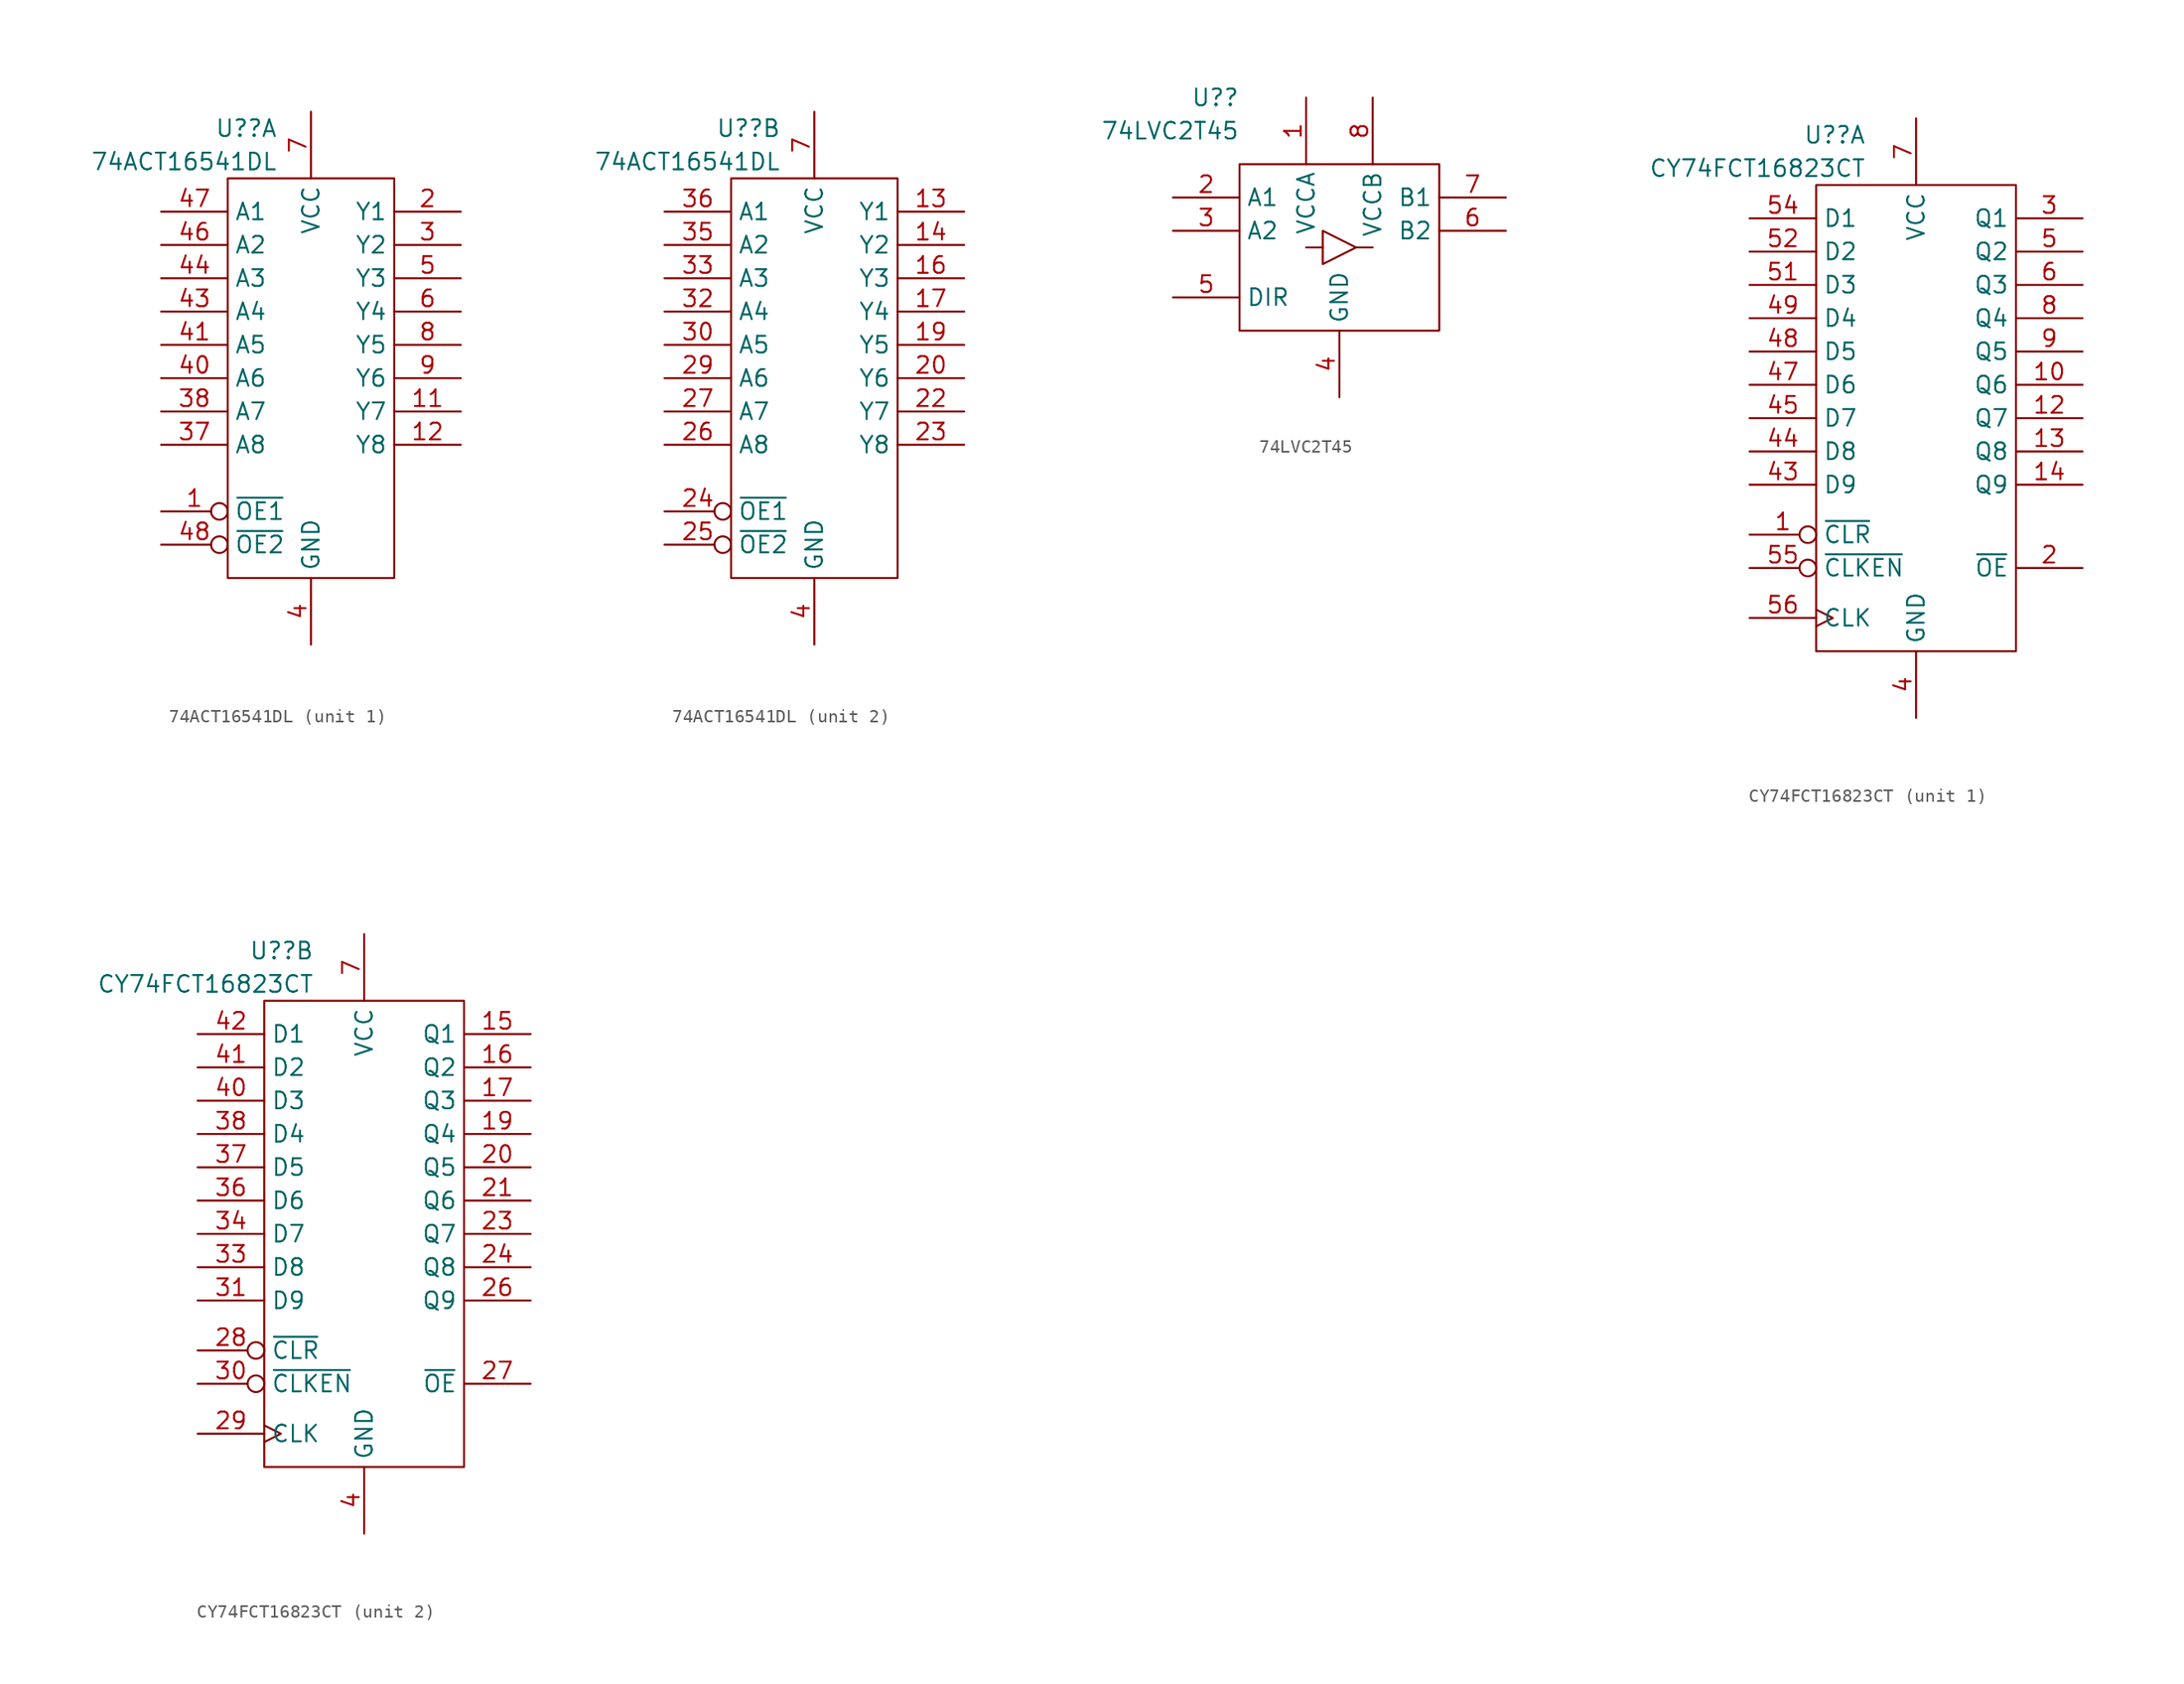
<source format=kicad_sym>
(kicad_symbol_lib
  (version 20211014)
  (generator kicad_symbol_editor)
  (symbol "74ACT16541DL"
    (property "Reference" "U?"
      (at -2.54 19.05 0)
      (effects (font (size 1.27 1.27)) (justify right)))
    (property "Value" "74ACT16541DL"
      (at -2.54 16.51 0)
      (effects (font (size 1.27 1.27)) (justify right)))
    (symbol "74ACT16541DL_0_1"
      (rectangle (start -6.35 15.24) (end 6.35 -15.24) (stroke (width 0) (type default) (color 0 0 0 0)) (fill (type none)))
      (pin power_in line (at 0 -20.32 90) (length 5.08) hide (name "GND" (effects (font (size 1.27 1.27)))) (number "10" (effects (font (size 1.27 1.27)))))
      (pin power_in line (at 0 -20.32 90) (length 5.08) hide (name "GND" (effects (font (size 1.27 1.27)))) (number "15" (effects (font (size 1.27 1.27)))))
      (pin power_in line (at 0 20.32 270) (length 5.08) hide (name "VCC" (effects (font (size 1.27 1.27)))) (number "18" (effects (font (size 1.27 1.27)))))
      (pin power_in line (at 0 -20.32 90) (length 5.08) hide (name "GND" (effects (font (size 1.27 1.27)))) (number "21" (effects (font (size 1.27 1.27)))))
      (pin power_in line (at 0 -20.32 90) (length 5.08) hide (name "GND" (effects (font (size 1.27 1.27)))) (number "28" (effects (font (size 1.27 1.27)))))
      (pin power_in line (at 0 20.32 270) (length 5.08) hide (name "VCC" (effects (font (size 1.27 1.27)))) (number "31" (effects (font (size 1.27 1.27)))))
      (pin power_in line (at 0 -20.32 90) (length 5.08) hide (name "GND" (effects (font (size 1.27 1.27)))) (number "34" (effects (font (size 1.27 1.27)))))
      (pin power_in line (at 0 -20.32 90) (length 5.08) hide (name "GND" (effects (font (size 1.27 1.27)))) (number "39" (effects (font (size 1.27 1.27)))))
      (pin power_in line (at 0 -20.32 90) (length 5.08) (name "GND" (effects (font (size 1.27 1.27)))) (number "4" (effects (font (size 1.27 1.27)))))
      (pin power_in line (at 0 20.32 270) (length 5.08) hide (name "VCC" (effects (font (size 1.27 1.27)))) (number "42" (effects (font (size 1.27 1.27)))))
      (pin power_in line (at 0 -20.32 90) (length 5.08) hide (name "GND" (effects (font (size 1.27 1.27)))) (number "45" (effects (font (size 1.27 1.27)))))
      (pin power_in line (at 0 20.32 270) (length 5.08) (name "VCC" (effects (font (size 1.27 1.27)))) (number "7" (effects (font (size 1.27 1.27))))))
    (symbol "74ACT16541DL_1_1"
      (pin input inverted (at -11.43 -10.16 0) (length 5.08) (name "~{OE1}" (effects (font (size 1.27 1.27)))) (number "1" (effects (font (size 1.27 1.27)))))
      (pin output line (at 11.43 -2.54 180) (length 5.08) (name "Y7" (effects (font (size 1.27 1.27)))) (number "11" (effects (font (size 1.27 1.27)))))
      (pin output line (at 11.43 -5.08 180) (length 5.08) (name "Y8" (effects (font (size 1.27 1.27)))) (number "12" (effects (font (size 1.27 1.27)))))
      (pin output line (at 11.43 12.7 180) (length 5.08) (name "Y1" (effects (font (size 1.27 1.27)))) (number "2" (effects (font (size 1.27 1.27)))))
      (pin output line (at 11.43 10.16 180) (length 5.08) (name "Y2" (effects (font (size 1.27 1.27)))) (number "3" (effects (font (size 1.27 1.27)))))
      (pin input line (at -11.43 -5.08 0) (length 5.08) (name "A8" (effects (font (size 1.27 1.27)))) (number "37" (effects (font (size 1.27 1.27)))))
      (pin input line (at -11.43 -2.54 0) (length 5.08) (name "A7" (effects (font (size 1.27 1.27)))) (number "38" (effects (font (size 1.27 1.27)))))
      (pin input line (at -11.43 0 0) (length 5.08) (name "A6" (effects (font (size 1.27 1.27)))) (number "40" (effects (font (size 1.27 1.27)))))
      (pin input line (at -11.43 2.54 0) (length 5.08) (name "A5" (effects (font (size 1.27 1.27)))) (number "41" (effects (font (size 1.27 1.27)))))
      (pin input line (at -11.43 5.08 0) (length 5.08) (name "A4" (effects (font (size 1.27 1.27)))) (number "43" (effects (font (size 1.27 1.27)))))
      (pin input line (at -11.43 7.62 0) (length 5.08) (name "A3" (effects (font (size 1.27 1.27)))) (number "44" (effects (font (size 1.27 1.27)))))
      (pin input line (at -11.43 10.16 0) (length 5.08) (name "A2" (effects (font (size 1.27 1.27)))) (number "46" (effects (font (size 1.27 1.27)))))
      (pin input line (at -11.43 12.7 0) (length 5.08) (name "A1" (effects (font (size 1.27 1.27)))) (number "47" (effects (font (size 1.27 1.27)))))
      (pin input inverted (at -11.43 -12.7 0) (length 5.08) (name "~{OE2}" (effects (font (size 1.27 1.27)))) (number "48" (effects (font (size 1.27 1.27)))))
      (pin output line (at 11.43 7.62 180) (length 5.08) (name "Y3" (effects (font (size 1.27 1.27)))) (number "5" (effects (font (size 1.27 1.27)))))
      (pin output line (at 11.43 5.08 180) (length 5.08) (name "Y4" (effects (font (size 1.27 1.27)))) (number "6" (effects (font (size 1.27 1.27)))))
      (pin output line (at 11.43 2.54 180) (length 5.08) (name "Y5" (effects (font (size 1.27 1.27)))) (number "8" (effects (font (size 1.27 1.27)))))
      (pin output line (at 11.43 0 180) (length 5.08) (name "Y6" (effects (font (size 1.27 1.27)))) (number "9" (effects (font (size 1.27 1.27))))))
    (symbol "74ACT16541DL_2_1"
      (pin output line (at 11.43 12.7 180) (length 5.08) (name "Y1" (effects (font (size 1.27 1.27)))) (number "13" (effects (font (size 1.27 1.27)))))
      (pin output line (at 11.43 10.16 180) (length 5.08) (name "Y2" (effects (font (size 1.27 1.27)))) (number "14" (effects (font (size 1.27 1.27)))))
      (pin output line (at 11.43 7.62 180) (length 5.08) (name "Y3" (effects (font (size 1.27 1.27)))) (number "16" (effects (font (size 1.27 1.27)))))
      (pin output line (at 11.43 5.08 180) (length 5.08) (name "Y4" (effects (font (size 1.27 1.27)))) (number "17" (effects (font (size 1.27 1.27)))))
      (pin output line (at 11.43 2.54 180) (length 5.08) (name "Y5" (effects (font (size 1.27 1.27)))) (number "19" (effects (font (size 1.27 1.27)))))
      (pin output line (at 11.43 0 180) (length 5.08) (name "Y6" (effects (font (size 1.27 1.27)))) (number "20" (effects (font (size 1.27 1.27)))))
      (pin output line (at 11.43 -2.54 180) (length 5.08) (name "Y7" (effects (font (size 1.27 1.27)))) (number "22" (effects (font (size 1.27 1.27)))))
      (pin output line (at 11.43 -5.08 180) (length 5.08) (name "Y8" (effects (font (size 1.27 1.27)))) (number "23" (effects (font (size 1.27 1.27)))))
      (pin input inverted (at -11.43 -10.16 0) (length 5.08) (name "~{OE1}" (effects (font (size 1.27 1.27)))) (number "24" (effects (font (size 1.27 1.27)))))
      (pin input inverted (at -11.43 -12.7 0) (length 5.08) (name "~{OE2}" (effects (font (size 1.27 1.27)))) (number "25" (effects (font (size 1.27 1.27)))))
      (pin input line (at -11.43 -5.08 0) (length 5.08) (name "A8" (effects (font (size 1.27 1.27)))) (number "26" (effects (font (size 1.27 1.27)))))
      (pin input line (at -11.43 -2.54 0) (length 5.08) (name "A7" (effects (font (size 1.27 1.27)))) (number "27" (effects (font (size 1.27 1.27)))))
      (pin input line (at -11.43 0 0) (length 5.08) (name "A6" (effects (font (size 1.27 1.27)))) (number "29" (effects (font (size 1.27 1.27)))))
      (pin input line (at -11.43 2.54 0) (length 5.08) (name "A5" (effects (font (size 1.27 1.27)))) (number "30" (effects (font (size 1.27 1.27)))))
      (pin input line (at -11.43 5.08 0) (length 5.08) (name "A4" (effects (font (size 1.27 1.27)))) (number "32" (effects (font (size 1.27 1.27)))))
      (pin input line (at -11.43 7.62 0) (length 5.08) (name "A3" (effects (font (size 1.27 1.27)))) (number "33" (effects (font (size 1.27 1.27)))))
      (pin input line (at -11.43 10.16 0) (length 5.08) (name "A2" (effects (font (size 1.27 1.27)))) (number "35" (effects (font (size 1.27 1.27)))))
      (pin input line (at -11.43 12.7 0) (length 5.08) (name "A1" (effects (font (size 1.27 1.27)))) (number "36" (effects (font (size 1.27 1.27)))))))
  (symbol "74LVC2T45"
    (property "Reference" "U?"
      (at -7.62 11.43 0)
      (effects (font (size 1.27 1.27)) (justify right)))
    (property "Value" "74LVC2T45"
      (at -7.62 8.89 0)
      (effects (font (size 1.27 1.27)) (justify right)))
    (symbol "74LVC2T45_0_1"
      (rectangle (start -7.62 6.35) (end 7.62 -6.35) (stroke (width 0) (type default) (color 0 0 0 0)) (fill (type none)))
      (polyline (pts (xy -1.27 0) (xy -2.54 0)) (stroke (width 0) (type default) (color 0 0 0 0)) (fill (type none)))
      (polyline (pts (xy 1.27 0) (xy 2.54 0)) (stroke (width 0) (type default) (color 0 0 0 0)) (fill (type none)))
      (polyline (pts (xy -1.27 -1.27) (xy -1.27 1.27) (xy 1.27 0) (xy -1.27 -1.27)) (stroke (width 0) (type default) (color 0 0 0 0)) (fill (type none)))
      (pin power_in line (at -2.54 11.43 270) (length 5.08) (name "VCCA" (effects (font (size 1.27 1.27)))) (number "1" (effects (font (size 1.27 1.27)))))
      (pin power_in line (at 0 -11.43 90) (length 5.08) (name "GND" (effects (font (size 1.27 1.27)))) (number "4" (effects (font (size 1.27 1.27)))))
      (pin input line (at -12.7 -3.81 0) (length 5.08) (name "DIR" (effects (font (size 1.27 1.27)))) (number "5" (effects (font (size 1.27 1.27)))))
      (pin power_in line (at 2.54 11.43 270) (length 5.08) (name "VCCB" (effects (font (size 1.27 1.27)))) (number "8" (effects (font (size 1.27 1.27))))))
    (symbol "74LVC2T45_1_1"
      (pin bidirectional line (at -12.7 3.81 0) (length 5.08) (name "A1" (effects (font (size 1.27 1.27)))) (number "2" (effects (font (size 1.27 1.27)))))
      (pin bidirectional line (at -12.7 1.27 0) (length 5.08) (name "A2" (effects (font (size 1.27 1.27)))) (number "3" (effects (font (size 1.27 1.27)))))
      (pin bidirectional line (at 12.7 1.27 180) (length 5.08) (name "B2" (effects (font (size 1.27 1.27)))) (number "6" (effects (font (size 1.27 1.27)))))
      (pin bidirectional line (at 12.7 3.81 180) (length 5.08) (name "B1" (effects (font (size 1.27 1.27)))) (number "7" (effects (font (size 1.27 1.27)))))))
  (symbol "CY74FCT16823CT"
    (property "Reference" "U?"
      (at -3.81 21.59 0)
      (effects (font (size 1.27 1.27)) (justify right)))
    (property "Value" "CY74FCT16823CT"
      (at -3.81 19.05 0)
      (effects (font (size 1.27 1.27)) (justify right)))
    (symbol "CY74FCT16823CT_0_1"
      (rectangle (start -7.62 17.78) (end 7.62 -17.78) (stroke (width 0) (type default) (color 0 0 0 0)) (fill (type none)))
      (pin power_in line (at 0 -22.86 90) (length 5.08) hide (name "GND" (effects (font (size 1.27 1.27)))) (number "11" (effects (font (size 1.27 1.27)))))
      (pin power_in line (at 0 -22.86 90) (length 5.08) hide (name "GND" (effects (font (size 1.27 1.27)))) (number "18" (effects (font (size 1.27 1.27)))))
      (pin power_in line (at 0 22.86 270) (length 5.08) hide (name "VCC" (effects (font (size 1.27 1.27)))) (number "22" (effects (font (size 1.27 1.27)))))
      (pin power_in line (at 0 -22.86 90) (length 5.08) hide (name "GND" (effects (font (size 1.27 1.27)))) (number "25" (effects (font (size 1.27 1.27)))))
      (pin power_in line (at 0 -22.86 90) (length 5.08) hide (name "GND" (effects (font (size 1.27 1.27)))) (number "32" (effects (font (size 1.27 1.27)))))
      (pin power_in line (at 0 22.86 270) (length 5.08) hide (name "VCC" (effects (font (size 1.27 1.27)))) (number "35" (effects (font (size 1.27 1.27)))))
      (pin power_in line (at 0 -22.86 90) (length 5.08) hide (name "GND" (effects (font (size 1.27 1.27)))) (number "39" (effects (font (size 1.27 1.27)))))
      (pin power_in line (at 0 -22.86 90) (length 5.08) (name "GND" (effects (font (size 1.27 1.27)))) (number "4" (effects (font (size 1.27 1.27)))))
      (pin power_in line (at 0 -22.86 90) (length 5.08) hide (name "GND" (effects (font (size 1.27 1.27)))) (number "46" (effects (font (size 1.27 1.27)))))
      (pin power_in line (at 0 22.86 270) (length 5.08) hide (name "VCC" (effects (font (size 1.27 1.27)))) (number "50" (effects (font (size 1.27 1.27)))))
      (pin power_in line (at 0 -22.86 90) (length 5.08) hide (name "GND" (effects (font (size 1.27 1.27)))) (number "53" (effects (font (size 1.27 1.27)))))
      (pin power_in line (at 0 22.86 270) (length 5.08) (name "VCC" (effects (font (size 1.27 1.27)))) (number "7" (effects (font (size 1.27 1.27))))))
    (symbol "CY74FCT16823CT_1_1"
      (pin input inverted (at -12.7 -8.89 0) (length 5.08) (name "~{CLR}" (effects (font (size 1.27 1.27)))) (number "1" (effects (font (size 1.27 1.27)))))
      (pin output line (at 12.7 2.54 180) (length 5.08) (name "Q6" (effects (font (size 1.27 1.27)))) (number "10" (effects (font (size 1.27 1.27)))))
      (pin output line (at 12.7 0 180) (length 5.08) (name "Q7" (effects (font (size 1.27 1.27)))) (number "12" (effects (font (size 1.27 1.27)))))
      (pin output line (at 12.7 -2.54 180) (length 5.08) (name "Q8" (effects (font (size 1.27 1.27)))) (number "13" (effects (font (size 1.27 1.27)))))
      (pin output line (at 12.7 -5.08 180) (length 5.08) (name "Q9" (effects (font (size 1.27 1.27)))) (number "14" (effects (font (size 1.27 1.27)))))
      (pin input line (at 12.7 -11.43 180) (length 5.08) (name "~{OE}" (effects (font (size 1.27 1.27)))) (number "2" (effects (font (size 1.27 1.27)))))
      (pin output line (at 12.7 15.24 180) (length 5.08) (name "Q1" (effects (font (size 1.27 1.27)))) (number "3" (effects (font (size 1.27 1.27)))))
      (pin input line (at -12.7 -5.08 0) (length 5.08) (name "D9" (effects (font (size 1.27 1.27)))) (number "43" (effects (font (size 1.27 1.27)))))
      (pin input line (at -12.7 -2.54 0) (length 5.08) (name "D8" (effects (font (size 1.27 1.27)))) (number "44" (effects (font (size 1.27 1.27)))))
      (pin input line (at -12.7 0 0) (length 5.08) (name "D7" (effects (font (size 1.27 1.27)))) (number "45" (effects (font (size 1.27 1.27)))))
      (pin input line (at -12.7 2.54 0) (length 5.08) (name "D6" (effects (font (size 1.27 1.27)))) (number "47" (effects (font (size 1.27 1.27)))))
      (pin input line (at -12.7 5.08 0) (length 5.08) (name "D5" (effects (font (size 1.27 1.27)))) (number "48" (effects (font (size 1.27 1.27)))))
      (pin input line (at -12.7 7.62 0) (length 5.08) (name "D4" (effects (font (size 1.27 1.27)))) (number "49" (effects (font (size 1.27 1.27)))))
      (pin output line (at 12.7 12.7 180) (length 5.08) (name "Q2" (effects (font (size 1.27 1.27)))) (number "5" (effects (font (size 1.27 1.27)))))
      (pin input line (at -12.7 10.16 0) (length 5.08) (name "D3" (effects (font (size 1.27 1.27)))) (number "51" (effects (font (size 1.27 1.27)))))
      (pin input line (at -12.7 12.7 0) (length 5.08) (name "D2" (effects (font (size 1.27 1.27)))) (number "52" (effects (font (size 1.27 1.27)))))
      (pin input line (at -12.7 15.24 0) (length 5.08) (name "D1" (effects (font (size 1.27 1.27)))) (number "54" (effects (font (size 1.27 1.27)))))
      (pin input inverted (at -12.7 -11.43 0) (length 5.08) (name "~{CLKEN}" (effects (font (size 1.27 1.27)))) (number "55" (effects (font (size 1.27 1.27)))))
      (pin input clock (at -12.7 -15.24 0) (length 5.08) (name "CLK" (effects (font (size 1.27 1.27)))) (number "56" (effects (font (size 1.27 1.27)))))
      (pin output line (at 12.7 10.16 180) (length 5.08) (name "Q3" (effects (font (size 1.27 1.27)))) (number "6" (effects (font (size 1.27 1.27)))))
      (pin output line (at 12.7 7.62 180) (length 5.08) (name "Q4" (effects (font (size 1.27 1.27)))) (number "8" (effects (font (size 1.27 1.27)))))
      (pin output line (at 12.7 5.08 180) (length 5.08) (name "Q5" (effects (font (size 1.27 1.27)))) (number "9" (effects (font (size 1.27 1.27))))))
    (symbol "CY74FCT16823CT_2_1"
      (pin output line (at 12.7 15.24 180) (length 5.08) (name "Q1" (effects (font (size 1.27 1.27)))) (number "15" (effects (font (size 1.27 1.27)))))
      (pin output line (at 12.7 12.7 180) (length 5.08) (name "Q2" (effects (font (size 1.27 1.27)))) (number "16" (effects (font (size 1.27 1.27)))))
      (pin output line (at 12.7 10.16 180) (length 5.08) (name "Q3" (effects (font (size 1.27 1.27)))) (number "17" (effects (font (size 1.27 1.27)))))
      (pin output line (at 12.7 7.62 180) (length 5.08) (name "Q4" (effects (font (size 1.27 1.27)))) (number "19" (effects (font (size 1.27 1.27)))))
      (pin output line (at 12.7 5.08 180) (length 5.08) (name "Q5" (effects (font (size 1.27 1.27)))) (number "20" (effects (font (size 1.27 1.27)))))
      (pin output line (at 12.7 2.54 180) (length 5.08) (name "Q6" (effects (font (size 1.27 1.27)))) (number "21" (effects (font (size 1.27 1.27)))))
      (pin output line (at 12.7 0 180) (length 5.08) (name "Q7" (effects (font (size 1.27 1.27)))) (number "23" (effects (font (size 1.27 1.27)))))
      (pin output line (at 12.7 -2.54 180) (length 5.08) (name "Q8" (effects (font (size 1.27 1.27)))) (number "24" (effects (font (size 1.27 1.27)))))
      (pin output line (at 12.7 -5.08 180) (length 5.08) (name "Q9" (effects (font (size 1.27 1.27)))) (number "26" (effects (font (size 1.27 1.27)))))
      (pin input line (at 12.7 -11.43 180) (length 5.08) (name "~{OE}" (effects (font (size 1.27 1.27)))) (number "27" (effects (font (size 1.27 1.27)))))
      (pin input inverted (at -12.7 -8.89 0) (length 5.08) (name "~{CLR}" (effects (font (size 1.27 1.27)))) (number "28" (effects (font (size 1.27 1.27)))))
      (pin input clock (at -12.7 -15.24 0) (length 5.08) (name "CLK" (effects (font (size 1.27 1.27)))) (number "29" (effects (font (size 1.27 1.27)))))
      (pin input inverted (at -12.7 -11.43 0) (length 5.08) (name "~{CLKEN}" (effects (font (size 1.27 1.27)))) (number "30" (effects (font (size 1.27 1.27)))))
      (pin input line (at -12.7 -5.08 0) (length 5.08) (name "D9" (effects (font (size 1.27 1.27)))) (number "31" (effects (font (size 1.27 1.27)))))
      (pin input line (at -12.7 -2.54 0) (length 5.08) (name "D8" (effects (font (size 1.27 1.27)))) (number "33" (effects (font (size 1.27 1.27)))))
      (pin input line (at -12.7 0 0) (length 5.08) (name "D7" (effects (font (size 1.27 1.27)))) (number "34" (effects (font (size 1.27 1.27)))))
      (pin input line (at -12.7 2.54 0) (length 5.08) (name "D6" (effects (font (size 1.27 1.27)))) (number "36" (effects (font (size 1.27 1.27)))))
      (pin input line (at -12.7 5.08 0) (length 5.08) (name "D5" (effects (font (size 1.27 1.27)))) (number "37" (effects (font (size 1.27 1.27)))))
      (pin input line (at -12.7 7.62 0) (length 5.08) (name "D4" (effects (font (size 1.27 1.27)))) (number "38" (effects (font (size 1.27 1.27)))))
      (pin input line (at -12.7 10.16 0) (length 5.08) (name "D3" (effects (font (size 1.27 1.27)))) (number "40" (effects (font (size 1.27 1.27)))))
      (pin input line (at -12.7 12.7 0) (length 5.08) (name "D2" (effects (font (size 1.27 1.27)))) (number "41" (effects (font (size 1.27 1.27)))))
      (pin input line (at -12.7 15.24 0) (length 5.08) (name "D1" (effects (font (size 1.27 1.27)))) (number "42" (effects (font (size 1.27 1.27))))))))
</source>
